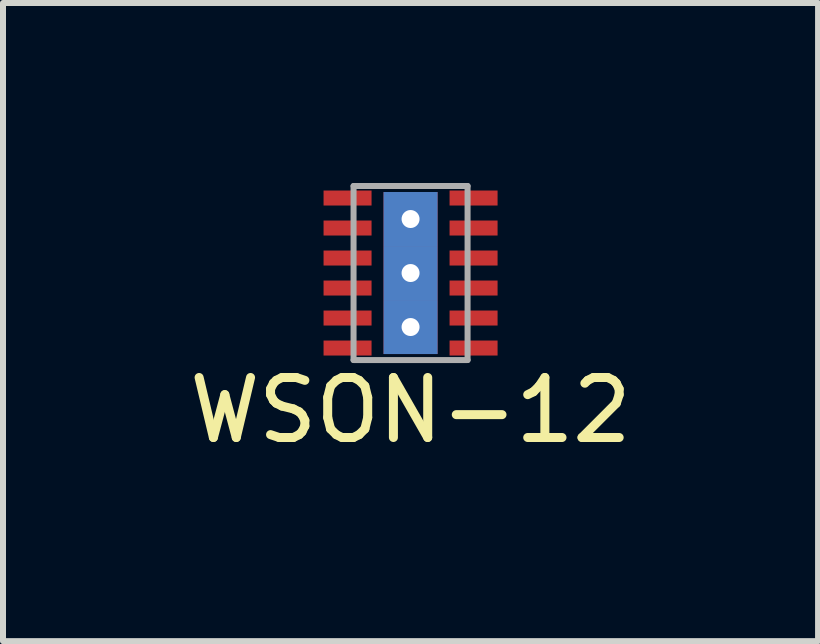
<source format=kicad_pcb>
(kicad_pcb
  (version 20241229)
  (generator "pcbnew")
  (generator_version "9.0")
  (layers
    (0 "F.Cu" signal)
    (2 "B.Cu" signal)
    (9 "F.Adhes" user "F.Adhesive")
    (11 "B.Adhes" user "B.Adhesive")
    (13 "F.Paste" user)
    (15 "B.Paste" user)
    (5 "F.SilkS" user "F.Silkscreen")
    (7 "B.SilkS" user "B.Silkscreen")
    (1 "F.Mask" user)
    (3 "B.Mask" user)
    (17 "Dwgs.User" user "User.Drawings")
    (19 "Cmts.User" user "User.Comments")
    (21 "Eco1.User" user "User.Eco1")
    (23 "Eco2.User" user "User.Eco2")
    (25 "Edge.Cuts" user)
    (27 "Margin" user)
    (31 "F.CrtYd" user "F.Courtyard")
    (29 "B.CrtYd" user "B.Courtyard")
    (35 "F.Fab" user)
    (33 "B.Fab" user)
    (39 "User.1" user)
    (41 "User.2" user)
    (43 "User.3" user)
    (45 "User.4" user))
  (footprint "WSON-12"
    (layer "F.Cu")
    (at 3.792 4.25)
    (property "Reference" "WSON-12" (at 0 -0.464 0) (layer "F.SilkS") (effects (font (size 1 1) (thickness 0.15))))
    (attr through_hole)
    (fp_line (start -0.95 -4.2) (end -0.95 -1.3) (stroke (width 0.1) (type solid)) (layer "F.Fab"))
    (fp_line (start -0.95 -1.3) (end 0.95 -1.3) (stroke (width 0.1) (type solid)) (layer "F.Fab"))
    (fp_line (start 0.95 -4.2) (end -0.95 -4.2) (stroke (width 0.1) (type solid)) (layer "F.Fab"))
    (fp_line (start 0.95 -1.3) (end 0.95 -4.2) (stroke (width 0.1) (type solid)) (layer "F.Fab"))
    (pad "1" smd rect (at -1.05 -4) (size 0.8 0.25) (layers "F.Cu" "F.Mask" "F.Paste"))
    (pad "2" smd rect (at -1.05 -3.5) (size 0.8 0.25) (layers "F.Cu" "F.Mask" "F.Paste"))
    (pad "3" smd rect (at -1.05 -3) (size 0.8 0.25) (layers "F.Cu" "F.Mask" "F.Paste"))
    (pad "4" smd rect (at -1.05 -2.5) (size 0.8 0.25) (layers "F.Cu" "F.Mask" "F.Paste"))
    (pad "5" smd rect (at -1.05 -2) (size 0.8 0.25) (layers "F.Cu" "F.Mask" "F.Paste"))
    (pad "6" smd rect (at -1.05 -1.5) (size 0.8 0.25) (layers "F.Cu" "F.Mask" "F.Paste"))
    (pad "7" smd rect (at 1.05 -1.5) (size 0.8 0.25) (layers "F.Cu" "F.Mask" "F.Paste"))
    (pad "8" smd rect (at 1.05 -2) (size 0.8 0.25) (layers "F.Cu" "F.Mask" "F.Paste"))
    (pad "9" smd rect (at 1.05 -2.5) (size 0.8 0.25) (layers "F.Cu" "F.Mask" "F.Paste"))
    (pad "10" smd rect (at 1.05 -3) (size 0.8 0.25) (layers "F.Cu" "F.Mask" "F.Paste"))
    (pad "11" smd rect (at 1.05 -3.5) (size 0.8 0.25) (layers "F.Cu" "F.Mask" "F.Paste"))
    (pad "12" smd rect (at 1.05 -4) (size 0.8 0.25) (layers "F.Cu" "F.Mask" "F.Paste"))
    (pad "13" thru_hole rect (at 0 -3.65) (size 0.9 0.9) (drill 0.3) (layers "*.Cu" "*.Mask"))
    (pad "13" thru_hole rect (at 0 -2.75) (size 0.9 0.9) (drill 0.3) (layers "*.Cu" "*.Mask"))
    (pad "13" thru_hole rect (at 0 -1.85) (size 0.9 0.9) (drill 0.3) (layers "*.Cu" "*.Mask")))
  (gr_rect
    (start -3 -3)
    (end 10.583 7.634)
    (stroke (width 0.1) (type default))
    (fill no)
    (layer "Edge.Cuts")))
</source>
